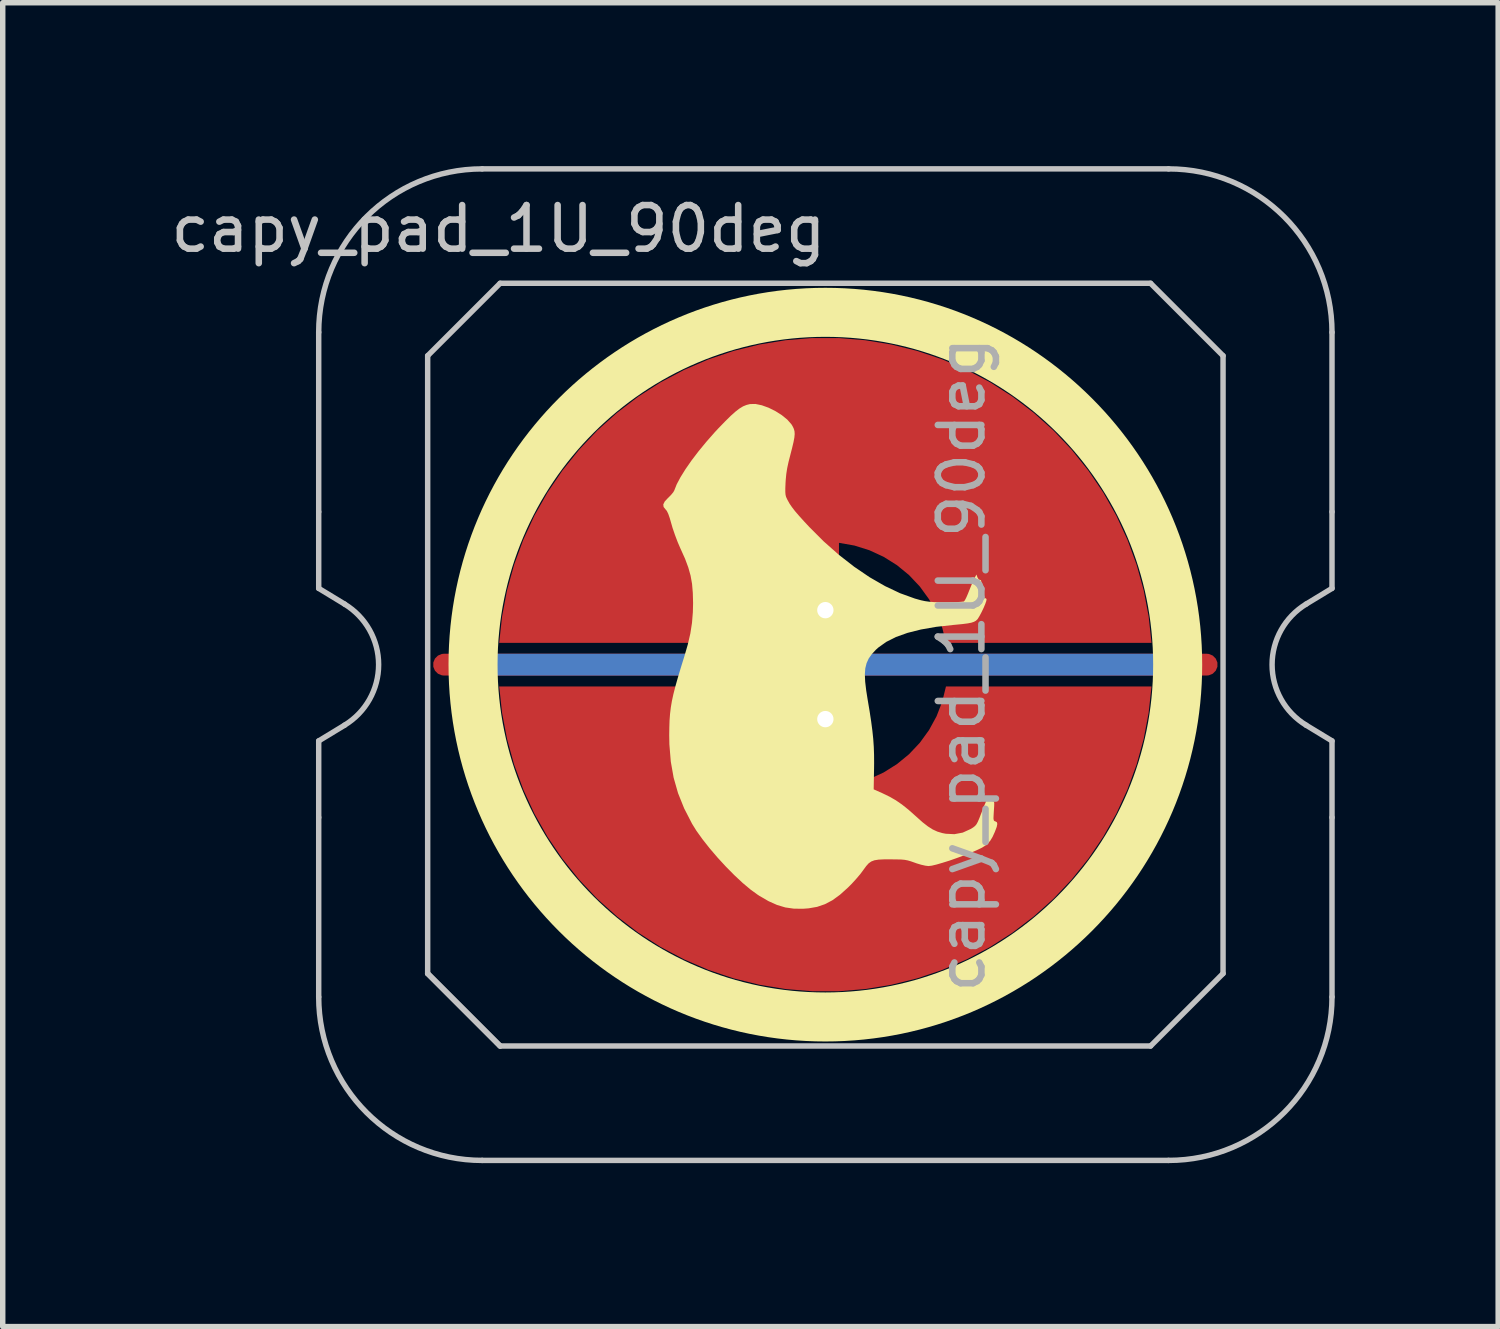
<source format=kicad_pcb>
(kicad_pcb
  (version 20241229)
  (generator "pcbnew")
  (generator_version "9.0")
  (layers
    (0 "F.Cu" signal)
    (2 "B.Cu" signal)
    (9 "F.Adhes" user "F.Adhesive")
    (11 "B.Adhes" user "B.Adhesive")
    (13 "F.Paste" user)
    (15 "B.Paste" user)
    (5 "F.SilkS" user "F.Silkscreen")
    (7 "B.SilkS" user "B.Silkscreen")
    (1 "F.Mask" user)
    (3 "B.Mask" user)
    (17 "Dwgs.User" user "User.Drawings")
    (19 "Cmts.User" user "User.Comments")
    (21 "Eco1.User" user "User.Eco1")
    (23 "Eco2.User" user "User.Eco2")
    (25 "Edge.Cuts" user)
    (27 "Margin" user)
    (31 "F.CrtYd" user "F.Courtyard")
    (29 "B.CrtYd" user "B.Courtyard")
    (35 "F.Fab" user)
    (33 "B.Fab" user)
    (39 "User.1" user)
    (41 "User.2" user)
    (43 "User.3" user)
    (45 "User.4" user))
  (footprint "capy_pad_1U_90deg"
    (layer "F.Cu")
    (at 12.1 9.15)
    (property "Reference" "capy_pad_1U_90deg" (at -6 -8 0) (layer "Dwgs.User") (effects (font (size 0.8 0.8) (thickness 0.12))))
    (attr smd)
    (fp_circle (center 0 0) (end 0 6.467) (stroke (width 0.9) (type solid)) (fill no) (layer "F.SilkS"))
    (fp_poly (pts (xy -2.949 -2.994) (xy -2.889 -3.059) (xy -2.883 -3.064) (xy -2.831 -3.117) (xy -2.79 -3.167) (xy -2.772 -3.2) (xy -2.729 -3.309) (xy -2.66 -3.439) (xy -2.568 -3.587) (xy -2.457 -3.747) (xy -2.328 -3.916) (xy -2.185 -4.09) (xy -2.032 -4.264) (xy -1.967 -4.334) (xy -1.843 -4.462) (xy -1.74 -4.564) (xy -1.653 -4.642) (xy -1.578 -4.7) (xy -1.511 -4.741) (xy -1.447 -4.767) (xy -1.383 -4.783) (xy -1.283 -4.785) (xy -1.167 -4.761) (xy -1.042 -4.716) (xy -0.917 -4.654) (xy -0.8 -4.58) (xy -0.699 -4.498) (xy -0.623 -4.412) (xy -0.598 -4.37) (xy -0.578 -4.327) (xy -0.566 -4.282) (xy -0.563 -4.231) (xy -0.569 -4.167) (xy -0.585 -4.083) (xy -0.611 -3.974) (xy -0.64 -3.861) (xy -0.676 -3.72) (xy -0.701 -3.604) (xy -0.717 -3.5) (xy -0.727 -3.398) (xy -0.731 -3.334) (xy -0.735 -3.237) (xy -0.735 -3.169) (xy -0.731 -3.119) (xy -0.721 -3.079) (xy -0.703 -3.039) (xy -0.691 -3.016) (xy -0.657 -2.955) (xy -0.613 -2.891) (xy -0.557 -2.818) (xy -0.484 -2.733) (xy -0.391 -2.63) (xy -0.296 -2.528) (xy -0.029 -2.261) (xy 0.248 -2.016) (xy 0.529 -1.797) (xy 0.812 -1.605) (xy 1.095 -1.442) (xy 1.372 -1.311) (xy 1.643 -1.213) (xy 1.754 -1.182) (xy 1.829 -1.166) (xy 1.907 -1.155) (xy 1.998 -1.148) (xy 2.112 -1.145) (xy 2.213 -1.145) (xy 2.32 -1.146) (xy 2.415 -1.148) (xy 2.489 -1.153) (xy 2.535 -1.158) (xy 2.545 -1.161) (xy 2.563 -1.185) (xy 2.589 -1.236) (xy 2.619 -1.306) (xy 2.636 -1.349) (xy 2.67 -1.433) (xy 2.702 -1.511) (xy 2.729 -1.571) (xy 2.738 -1.588) (xy 2.773 -1.654) (xy 2.793 -1.6) (xy 2.815 -1.564) (xy 2.839 -1.556) (xy 2.857 -1.547) (xy 2.867 -1.504) (xy 2.867 -1.433) (xy 2.858 -1.336) (xy 2.852 -1.293) (xy 2.847 -1.246) (xy 2.856 -1.226) (xy 2.888 -1.221) (xy 2.904 -1.221) (xy 2.946 -1.218) (xy 2.959 -1.202) (xy 2.954 -1.168) (xy 2.935 -1.114) (xy 2.905 -1.042) (xy 2.868 -0.965) (xy 2.831 -0.895) (xy 2.8 -0.844) (xy 2.789 -0.83) (xy 2.762 -0.805) (xy 2.727 -0.786) (xy 2.679 -0.77) (xy 2.612 -0.757) (xy 2.519 -0.745) (xy 2.395 -0.733) (xy 2.353 -0.729) (xy 2.035 -0.694) (xy 1.754 -0.645) (xy 1.508 -0.583) (xy 1.295 -0.507) (xy 1.117 -0.417) (xy 0.97 -0.312) (xy 0.925 -0.271) (xy 0.852 -0.192) (xy 0.796 -0.113) (xy 0.757 -0.028) (xy 0.733 0.068) (xy 0.725 0.18) (xy 0.731 0.314) (xy 0.75 0.475) (xy 0.775 0.633) (xy 0.812 0.853) (xy 0.841 1.044) (xy 0.863 1.212) (xy 0.879 1.364) (xy 0.889 1.51) (xy 0.894 1.655) (xy 0.895 1.808) (xy 0.894 1.902) (xy 0.887 2.289) (xy 1.047 2.36) (xy 1.177 2.423) (xy 1.294 2.49) (xy 1.407 2.568) (xy 1.526 2.663) (xy 1.659 2.781) (xy 1.668 2.789) (xy 1.783 2.892) (xy 1.882 2.969) (xy 1.97 3.025) (xy 2.057 3.065) (xy 2.148 3.092) (xy 2.21 3.104) (xy 2.368 3.112) (xy 2.522 3.083) (xy 2.667 3.017) (xy 2.667 3.017) (xy 2.714 2.988) (xy 2.748 2.961) (xy 2.774 2.93) (xy 2.799 2.884) (xy 2.827 2.818) (xy 2.856 2.743) (xy 2.89 2.656) (xy 2.921 2.578) (xy 2.946 2.52) (xy 2.96 2.492) (xy 2.987 2.457) (xy 3.01 2.451) (xy 3.021 2.474) (xy 3.021 2.477) (xy 3.038 2.501) (xy 3.064 2.506) (xy 3.083 2.508) (xy 3.095 2.518) (xy 3.1 2.543) (xy 3.099 2.592) (xy 3.094 2.67) (xy 3.093 2.686) (xy 3.088 2.771) (xy 3.086 2.824) (xy 3.091 2.855) (xy 3.101 2.87) (xy 3.12 2.877) (xy 3.148 2.892) (xy 3.156 2.924) (xy 3.146 2.977) (xy 3.116 3.057) (xy 3.112 3.068) (xy 3.069 3.162) (xy 3.029 3.229) (xy 2.984 3.281) (xy 2.926 3.328) (xy 2.92 3.332) (xy 2.861 3.367) (xy 2.772 3.409) (xy 2.663 3.455) (xy 2.538 3.504) (xy 2.407 3.552) (xy 2.276 3.598) (xy 2.151 3.637) (xy 2.041 3.669) (xy 1.953 3.69) (xy 1.893 3.697) (xy 1.892 3.697) (xy 1.835 3.69) (xy 1.756 3.672) (xy 1.67 3.646) (xy 1.643 3.636) (xy 1.572 3.611) (xy 1.514 3.594) (xy 1.457 3.583) (xy 1.391 3.577) (xy 1.305 3.575) (xy 1.211 3.574) (xy 1.078 3.574) (xy 0.977 3.579) (xy 0.901 3.591) (xy 0.843 3.613) (xy 0.795 3.647) (xy 0.75 3.697) (xy 0.7 3.765) (xy 0.696 3.771) (xy 0.64 3.846) (xy 0.565 3.934) (xy 0.483 4.024) (xy 0.416 4.091) (xy 0.268 4.224) (xy 0.129 4.325) (xy -0.008 4.397) (xy -0.151 4.446) (xy -0.306 4.473) (xy -0.412 4.481) (xy -0.579 4.479) (xy -0.734 4.457) (xy -0.885 4.412) (xy -1.042 4.342) (xy -1.211 4.244) (xy -1.246 4.221) (xy -1.375 4.127) (xy -1.519 4.006) (xy -1.671 3.864) (xy -1.827 3.706) (xy -1.98 3.54) (xy -2.125 3.37) (xy -2.256 3.204) (xy -2.369 3.046) (xy -2.447 2.92) (xy -2.592 2.638) (xy -2.704 2.359) (xy -2.785 2.075) (xy -2.837 1.78) (xy -2.863 1.465) (xy -2.866 1.296) (xy -2.864 1.154) (xy -2.86 1.026) (xy -2.851 0.906) (xy -2.837 0.789) (xy -2.817 0.669) (xy -2.789 0.54) (xy -2.752 0.396) (xy -2.706 0.233) (xy -2.649 0.043) (xy -2.59 -0.146) (xy -2.525 -0.37) (xy -2.478 -0.573) (xy -2.448 -0.767) (xy -2.432 -0.963) (xy -2.428 -1.13) (xy -2.433 -1.318) (xy -2.447 -1.483) (xy -2.474 -1.635) (xy -2.516 -1.784) (xy -2.575 -1.943) (xy -2.655 -2.121) (xy -2.662 -2.136) (xy -2.711 -2.25) (xy -2.761 -2.382) (xy -2.805 -2.511) (xy -2.824 -2.577) (xy -2.856 -2.689) (xy -2.884 -2.769) (xy -2.91 -2.822) (xy -2.932 -2.848) (xy -2.969 -2.894) (xy -2.975 -2.941)) (stroke (width 0) (type solid)) (fill yes) (layer "F.SilkS"))
    (fp_line (start -9.3 -2.805) (end -9.3 -6.1) (stroke (width 0.1) (type solid)) (layer "Dwgs.User"))
    (fp_line (start -9.3 -1.4) (end -9.3 -2.805) (stroke (width 0.1) (type solid)) (layer "Dwgs.User"))
    (fp_line (start -9.3 1.4) (end -8.824 1.111) (stroke (width 0.1) (type solid)) (layer "Dwgs.User"))
    (fp_line (start -9.3 2.805) (end -9.3 1.4) (stroke (width 0.1) (type solid)) (layer "Dwgs.User"))
    (fp_line (start -9.3 6.1) (end -9.3 2.805) (stroke (width 0.1) (type solid)) (layer "Dwgs.User"))
    (fp_line (start -8.824 -1.111) (end -9.3 -1.4) (stroke (width 0.1) (type solid)) (layer "Dwgs.User"))
    (fp_line (start -7.3 -5.67) (end -5.97 -7) (stroke (width 0.1) (type solid)) (layer "Dwgs.User"))
    (fp_line (start -7.3 5.67) (end -7.3 -5.67) (stroke (width 0.1) (type solid)) (layer "Dwgs.User"))
    (fp_line (start -7.3 5.67) (end -5.97 7) (stroke (width 0.1) (type solid)) (layer "Dwgs.User"))
    (fp_line (start -6.3 -9.1) (end 6.3 -9.1) (stroke (width 0.1) (type solid)) (layer "Dwgs.User"))
    (fp_line (start -5.97 -7) (end 5.97 -7) (stroke (width 0.1) (type solid)) (layer "Dwgs.User"))
    (fp_line (start -5.97 7) (end -7.3 5.67) (stroke (width 0.1) (type solid)) (layer "Dwgs.User"))
    (fp_line (start 5.97 -7) (end 7.3 -5.67) (stroke (width 0.1) (type solid)) (layer "Dwgs.User"))
    (fp_line (start 5.97 7) (end -5.97 7) (stroke (width 0.1) (type solid)) (layer "Dwgs.User"))
    (fp_line (start 6.3 9.1) (end -6.3 9.1) (stroke (width 0.1) (type solid)) (layer "Dwgs.User"))
    (fp_line (start 7.3 -5.67) (end 7.3 5.67) (stroke (width 0.1) (type solid)) (layer "Dwgs.User"))
    (fp_line (start 7.3 5.67) (end 5.97 7) (stroke (width 0.1) (type solid)) (layer "Dwgs.User"))
    (fp_line (start 8.824 1.111) (end 9.3 1.4) (stroke (width 0.1) (type solid)) (layer "Dwgs.User"))
    (fp_line (start 9.3 -6.1) (end 9.3 -2.805) (stroke (width 0.1) (type solid)) (layer "Dwgs.User"))
    (fp_line (start 9.3 -2.805) (end 9.3 -1.4) (stroke (width 0.1) (type solid)) (layer "Dwgs.User"))
    (fp_line (start 9.3 -1.4) (end 8.824 -1.111) (stroke (width 0.1) (type solid)) (layer "Dwgs.User"))
    (fp_line (start 9.3 1.4) (end 9.3 2.805) (stroke (width 0.1) (type solid)) (layer "Dwgs.User"))
    (fp_line (start 9.3 2.805) (end 9.3 6.1) (stroke (width 0.1) (type solid)) (layer "Dwgs.User"))
    (fp_arc (start -9.3 -6.1) (mid -8.42132 -8.22132) (end -6.3 -9.1) (stroke (width 0.1) (type solid)) (layer "Dwgs.User"))
    (fp_arc (start -8.824333 -1.110619) (mid -8.2 0) (end -8.824333 1.110619) (stroke (width 0.1) (type solid)) (layer "Dwgs.User"))
    (fp_arc (start -6.3 9.1) (mid -8.42132 8.22132) (end -9.3 6.1) (stroke (width 0.1) (type solid)) (layer "Dwgs.User"))
    (fp_arc (start 6.3 -9.1) (mid 8.42132 -8.22132) (end 9.3 -6.1) (stroke (width 0.1) (type solid)) (layer "Dwgs.User"))
    (fp_arc (start 8.824333 1.110619) (mid 8.2 0) (end 8.824333 -1.110619) (stroke (width 0.1) (type solid)) (layer "Dwgs.User"))
    (fp_arc (start 9.3 6.1) (mid 8.42132 8.22132) (end 6.3 9.1) (stroke (width 0.1) (type solid)) (layer "Dwgs.User"))
    (fp_text user "${REFERENCE}" (at 2.5 0 270) (layer "F.Fab") (effects (font (size 0.8 0.8) (thickness 0.12))))
    (pad "1" smd custom (at 0 -1 270) (size 0.4 0.4) (layers "F.Cu") (options (anchor circle)) (primitives (gr_poly (pts (xy 0.6 -2.214) (xy 0.32 -2.145) (xy 0.052 -2.041) (xy -0.201 -1.903) (xy -0.434 -1.734) (xy -0.644 -1.536) (xy -0.826 -1.314) (xy -0.979 -1.07) (xy -1.1 -0.808) (xy -1.186 -0.534) (xy -1.236 -0.25) (xy 0 -0.25) (xy 0.096 -0.231) (xy 0.177 -0.177) (xy 0.231 -0.096) (xy 0.25 0) (xy 0.231 0.096) (xy 0.177 0.177) (xy 0.096 0.231) (xy 0 0.25) (xy -1.236 0.25) (xy -1.186 0.534) (xy -1.1 0.808) (xy -0.979 1.07) (xy -0.826 1.314) (xy -0.644 1.536) (xy -0.434 1.734) (xy -0.201 1.903) (xy 0.052 2.041) (xy 0.32 2.145) (xy 0.6 2.214) (xy 0.6 5.987) (xy 0.115 5.934) (xy -0.364 5.843) (xy -0.834 5.713) (xy -1.292 5.545) (xy -1.735 5.341) (xy -2.159 5.101) (xy -2.563 4.827) (xy -2.943 4.522) (xy -3.298 4.187) (xy -3.623 3.824) (xy -3.919 3.436) (xy -4.182 3.025) (xy -4.41 2.594) (xy -4.603 2.147) (xy -4.759 1.684) (xy -4.876 1.211) (xy -4.955 0.73) (xy -4.995 0.244) (xy -4.995 -0.244) (xy -4.955 -0.73) (xy -4.876 -1.211) (xy -4.759 -1.684) (xy -4.603 -2.147) (xy -4.41 -2.594) (xy -4.182 -3.025) (xy -3.919 -3.436) (xy -3.623 -3.824) (xy -3.298 -4.187) (xy -2.943 -4.522) (xy -2.563 -4.827) (xy -2.159 -5.101) (xy -1.735 -5.341) (xy -1.292 -5.545) (xy -0.834 -5.713) (xy -0.364 -5.843) (xy 0.115 -5.934) (xy 0.6 -5.987)) (width 0) (fill yes))))
    (pad "1" thru_hole circle (at 0 -1) (size 0.6 0.6) (drill 0.3) (layers "*.Cu" "*.Mask"))
    (pad "2" smd custom (at 0 1 90) (size 0.4 0.4) (layers "F.Cu") (options (anchor circle)) (primitives (gr_poly (pts (xy 0.6 -2.214) (xy 0.32 -2.145) (xy 0.052 -2.041) (xy -0.201 -1.903) (xy -0.434 -1.734) (xy -0.644 -1.536) (xy -0.826 -1.314) (xy -0.979 -1.07) (xy -1.1 -0.808) (xy -1.186 -0.534) (xy -1.236 -0.25) (xy 0 -0.25) (xy 0.096 -0.231) (xy 0.177 -0.177) (xy 0.231 -0.096) (xy 0.25 0) (xy 0.231 0.096) (xy 0.177 0.177) (xy 0.096 0.231) (xy 0 0.25) (xy -1.236 0.25) (xy -1.186 0.534) (xy -1.1 0.808) (xy -0.979 1.07) (xy -0.826 1.314) (xy -0.644 1.536) (xy -0.434 1.734) (xy -0.201 1.903) (xy 0.052 2.041) (xy 0.32 2.145) (xy 0.6 2.214) (xy 0.6 5.987) (xy 0.115 5.934) (xy -0.364 5.843) (xy -0.834 5.713) (xy -1.292 5.545) (xy -1.735 5.341) (xy -2.159 5.101) (xy -2.563 4.827) (xy -2.943 4.522) (xy -3.298 4.187) (xy -3.623 3.824) (xy -3.919 3.436) (xy -4.182 3.025) (xy -4.41 2.594) (xy -4.603 2.147) (xy -4.759 1.684) (xy -4.876 1.211) (xy -4.955 0.73) (xy -4.995 0.244) (xy -4.995 -0.244) (xy -4.955 -0.73) (xy -4.876 -1.211) (xy -4.759 -1.684) (xy -4.603 -2.147) (xy -4.41 -2.594) (xy -4.182 -3.025) (xy -3.919 -3.436) (xy -3.623 -3.824) (xy -3.298 -4.187) (xy -2.943 -4.522) (xy -2.563 -4.827) (xy -2.159 -5.101) (xy -1.735 -5.341) (xy -1.292 -5.545) (xy -0.834 -5.713) (xy -0.364 -5.843) (xy 0.115 -5.934) (xy 0.6 -5.987)) (width 0) (fill yes))))
    (pad "2" thru_hole circle (at 0 1) (size 0.6 0.6) (drill 0.3) (layers "*.Cu" "*.Mask"))
    (pad "3" smd custom (at 0 0 270) (size 0.4 0.4) (layers "F.Cu") (options (anchor rect)) (primitives (gr_line (start 0 -7) (end 0 7) (width 0.4))))
    (pad "3" smd custom (at 0 0 270) (size 0.4 0.4) (layers "B.Cu") (options (anchor rect)) (primitives (gr_line (start 0 -6.5) (end 0 6.5) (width 0.4))))
    (zone (net_name "") (layer "F.Cu") (hatch edge 0.508) (connect_pads) (min_thickness 0.254) (filled_areas_thickness no) (keepout (tracks allowed) (vias allowed) (pads allowed) (copperpour not_allowed) (footprints allowed)) (placement (enabled no)) (fill) (polygon (pts (xy 19.105 9.15) (xy 19.086 8.637) (xy 19.03 8.127) (xy 18.936 7.622) (xy 18.806 7.125) (xy 18.64 6.64) (xy 18.438 6.167) (xy 18.203 5.711) (xy 17.935 5.274) (xy 17.635 4.857) (xy 17.306 4.463) (xy 16.948 4.094) (xy 16.565 3.753) (xy 16.158 3.44) (xy 15.729 3.158) (xy 15.28 2.909) (xy 14.815 2.692) (xy 14.334 2.511) (xy 13.842 2.365) (xy 13.34 2.256) (xy 12.832 2.183) (xy 12.32 2.149) (xy 11.807 2.151) (xy 11.295 2.192) (xy 10.787 2.269) (xy 10.287 2.384) (xy 9.796 2.535) (xy 9.318 2.721) (xy 8.855 2.942) (xy 8.409 3.197) (xy 7.983 3.483) (xy 7.579 3.8) (xy 7.199 4.145) (xy 6.846 4.518) (xy 6.52 4.915) (xy 6.225 5.335) (xy 5.962 5.775) (xy 5.731 6.234) (xy 5.534 6.708) (xy 5.373 7.196) (xy 5.248 7.694) (xy 5.16 8.199) (xy 5.109 8.71) (xy 5.095 9.223) (xy 5.12 9.736) (xy 5.181 10.246) (xy 5.28 10.75) (xy 5.416 11.245) (xy 5.587 11.729) (xy 5.793 12.199) (xy 6.034 12.652) (xy 6.306 13.087) (xy 6.61 13.501) (xy 6.944 13.891) (xy 7.305 14.256) (xy 7.692 14.594) (xy 8.102 14.902) (xy 8.534 15.179) (xy 8.985 15.424) (xy 9.453 15.636) (xy 9.935 15.812) (xy 10.429 15.953) (xy 10.932 16.057) (xy 11.441 16.124) (xy 11.953 16.153) (xy 12.467 16.145) (xy 12.978 16.1) (xy 13.485 16.017) (xy 13.984 15.897) (xy 14.473 15.741) (xy 14.949 15.549) (xy 15.41 15.323) (xy 15.853 15.064) (xy 16.277 14.774) (xy 16.677 14.453) (xy 17.053 14.103) (xy 17.403 13.727) (xy 17.724 13.326) (xy 18.014 12.903) (xy 18.273 12.46) (xy 18.499 11.999) (xy 18.691 11.523) (xy 18.847 11.034) (xy 18.967 10.535) (xy 19.05 10.028) (xy 19.095 9.517))))
    (zone (net_name "") (layer "B.Cu") (hatch edge 0.508) (connect_pads) (min_thickness 0.254) (filled_areas_thickness no) (keepout (tracks allowed) (vias allowed) (pads allowed) (copperpour not_allowed) (footprints allowed)) (placement (enabled no)) (fill) (polygon (pts (xy 18.658 9.15) (xy 18.638 8.635) (xy 18.578 8.124) (xy 18.477 7.619) (xy 18.337 7.123) (xy 18.159 6.64) (xy 17.943 6.173) (xy 17.692 5.723) (xy 17.406 5.295) (xy 17.087 4.891) (xy 16.737 4.513) (xy 16.359 4.163) (xy 15.955 3.844) (xy 15.527 3.558) (xy 15.077 3.307) (xy 14.61 3.091) (xy 14.127 2.913) (xy 13.631 2.773) (xy 13.126 2.672) (xy 12.615 2.612) (xy 12.1 2.592) (xy 11.585 2.612) (xy 11.074 2.672) (xy 10.569 2.773) (xy 10.073 2.913) (xy 9.59 3.091) (xy 9.123 3.307) (xy 8.673 3.558) (xy 8.245 3.844) (xy 7.841 4.163) (xy 7.463 4.513) (xy 7.113 4.891) (xy 6.794 5.295) (xy 6.508 5.723) (xy 6.257 6.173) (xy 6.041 6.64) (xy 5.863 7.123) (xy 5.723 7.619) (xy 5.622 8.124) (xy 5.562 8.635) (xy 5.542 9.15) (xy 5.562 9.665) (xy 5.622 10.176) (xy 5.723 10.681) (xy 5.863 11.177) (xy 6.041 11.66) (xy 6.257 12.127) (xy 6.508 12.577) (xy 6.794 13.005) (xy 7.113 13.409) (xy 7.463 13.787) (xy 7.841 14.137) (xy 8.245 14.456) (xy 8.673 14.742) (xy 9.123 14.993) (xy 9.59 15.209) (xy 10.073 15.387) (xy 10.569 15.527) (xy 11.074 15.628) (xy 11.585 15.688) (xy 12.1 15.708) (xy 12.615 15.688) (xy 13.126 15.628) (xy 13.631 15.527) (xy 14.127 15.387) (xy 14.61 15.209) (xy 15.077 14.993) (xy 15.527 14.742) (xy 15.955 14.456) (xy 16.359 14.137) (xy 16.737 13.787) (xy 17.087 13.409) (xy 17.406 13.005) (xy 17.692 12.577) (xy 17.943 12.127) (xy 18.159 11.66) (xy 18.337 11.177) (xy 18.477 10.681) (xy 18.578 10.176) (xy 18.638 9.665)))))
  (gr_rect
    (start -3 -3)
    (end 24.45 21.3)
    (stroke (width 0.1) (type default))
    (fill no)
    (layer "Edge.Cuts")))
</source>
